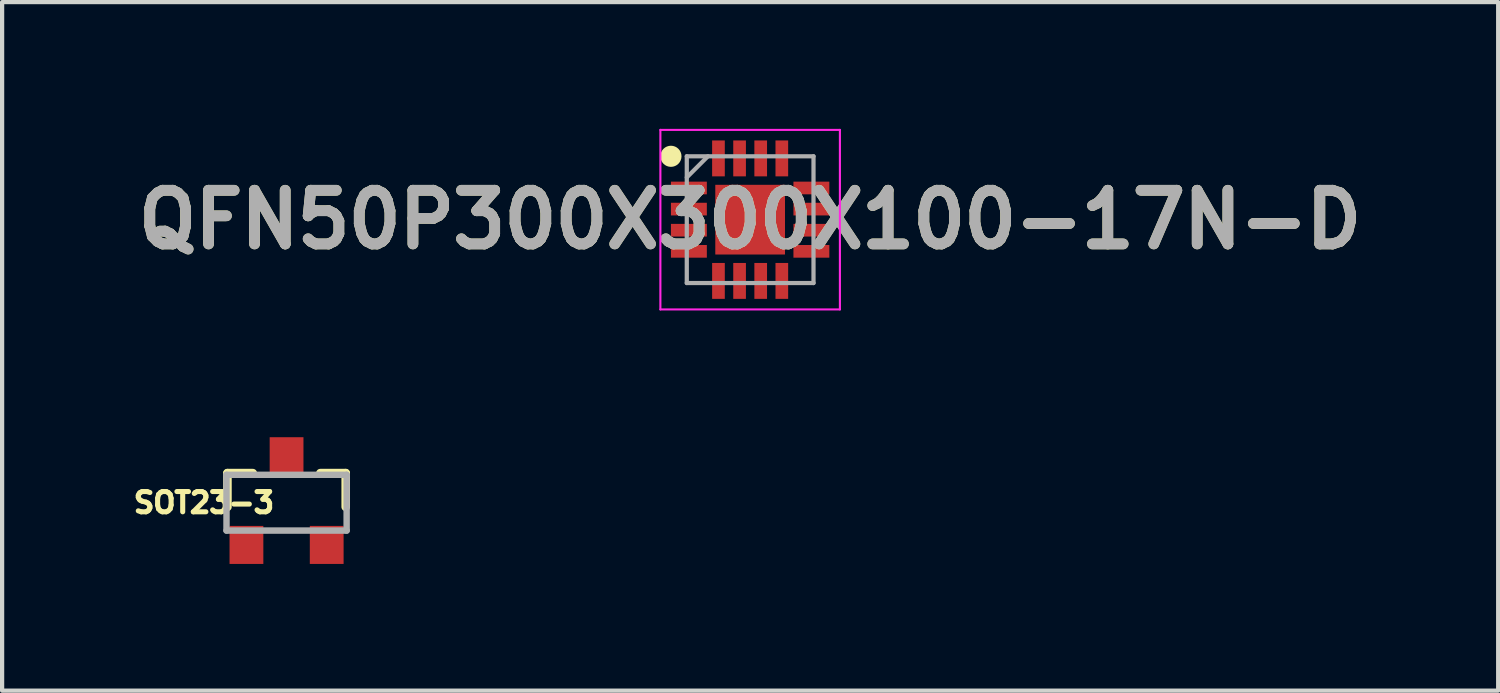
<source format=kicad_pcb>
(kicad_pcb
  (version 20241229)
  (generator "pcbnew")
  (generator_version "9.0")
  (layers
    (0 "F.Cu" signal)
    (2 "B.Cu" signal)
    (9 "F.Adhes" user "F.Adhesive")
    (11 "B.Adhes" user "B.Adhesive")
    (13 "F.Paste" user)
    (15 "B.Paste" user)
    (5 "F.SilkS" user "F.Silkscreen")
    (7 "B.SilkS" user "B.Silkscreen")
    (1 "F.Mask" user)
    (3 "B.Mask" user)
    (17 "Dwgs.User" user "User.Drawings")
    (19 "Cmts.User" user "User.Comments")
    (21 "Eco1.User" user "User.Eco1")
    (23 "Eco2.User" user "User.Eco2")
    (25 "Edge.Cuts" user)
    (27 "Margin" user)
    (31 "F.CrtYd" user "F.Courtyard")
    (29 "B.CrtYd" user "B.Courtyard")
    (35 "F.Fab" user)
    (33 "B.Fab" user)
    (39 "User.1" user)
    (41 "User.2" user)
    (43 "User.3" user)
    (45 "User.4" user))
  (footprint "SOT23-3"
    (layer "F.Cu")
    (at 3.734 8.85)
    (property "Reference" "SOT23-3" (at -1.956 0 180) (layer "F.SilkS") (effects (font (size 0.48 0.48) (thickness 0.15))))
    (attr smd)
    (fp_line (start -1.4 -0.7) (end -1.4 0.1) (stroke (width 0.203) (type solid)) (layer "F.SilkS"))
    (fp_line (start -0.8 -0.7) (end -1.4 -0.7) (stroke (width 0.203) (type solid)) (layer "F.SilkS"))
    (fp_line (start 0.8 -0.7) (end 1.4 -0.7) (stroke (width 0.203) (type solid)) (layer "F.SilkS"))
    (fp_line (start 1.4 -0.7) (end 1.4 0.1) (stroke (width 0.203) (type solid)) (layer "F.SilkS"))
    (fp_line (start -1.422 -0.66) (end 1.422 -0.66) (stroke (width 0.152) (type solid)) (layer "F.Fab"))
    (fp_line (start -1.422 0.66) (end -1.422 -0.66) (stroke (width 0.152) (type solid)) (layer "F.Fab"))
    (fp_line (start 1.422 -0.66) (end 1.422 0.66) (stroke (width 0.152) (type solid)) (layer "F.Fab"))
    (fp_line (start 1.422 0.66) (end -1.422 0.66) (stroke (width 0.152) (type solid)) (layer "F.Fab"))
    (pad "1" smd rect (at -0.95 1) (size 0.8 0.9) (layers "F.Cu" "F.Mask" "F.Paste"))
    (pad "2" smd rect (at 0.95 1) (size 0.8 0.9) (layers "F.Cu" "F.Mask" "F.Paste"))
    (pad "3" smd rect (at 0 -1.1) (size 0.8 0.9) (layers "F.Cu" "F.Mask" "F.Paste")))
  (footprint "QFN50P300X300X100-17N-D"
    (layer "F.Cu")
    (at 14.708 2.15)
    (property "Reference" "QFN50P300X300X100-17N-D" (at 0 0 0) (layer "F.SilkS") (effects (font (size 1.27 1.27) (thickness 0.254))))
    (attr smd)
    (fp_circle (center -1.875 -1.5) (end -1.875 -1.375) (stroke (width 0.25) (type solid)) (fill no) (layer "F.SilkS"))
    (fp_line (start -2.125 -2.125) (end 2.125 -2.125) (stroke (width 0.05) (type solid)) (layer "F.CrtYd"))
    (fp_line (start -2.125 2.125) (end -2.125 -2.125) (stroke (width 0.05) (type solid)) (layer "F.CrtYd"))
    (fp_line (start 2.125 -2.125) (end 2.125 2.125) (stroke (width 0.05) (type solid)) (layer "F.CrtYd"))
    (fp_line (start 2.125 2.125) (end -2.125 2.125) (stroke (width 0.05) (type solid)) (layer "F.CrtYd"))
    (fp_line (start -1.5 -1.5) (end 1.5 -1.5) (stroke (width 0.1) (type solid)) (layer "F.Fab"))
    (fp_line (start -1.5 -1) (end -1 -1.5) (stroke (width 0.1) (type solid)) (layer "F.Fab"))
    (fp_line (start -1.5 1.5) (end -1.5 -1.5) (stroke (width 0.1) (type solid)) (layer "F.Fab"))
    (fp_line (start 1.5 -1.5) (end 1.5 1.5) (stroke (width 0.1) (type solid)) (layer "F.Fab"))
    (fp_line (start 1.5 1.5) (end -1.5 1.5) (stroke (width 0.1) (type solid)) (layer "F.Fab"))
    (fp_text user "${REFERENCE}" (at 0 0 0) (layer "F.Fab") (effects (font (size 1.27 1.27) (thickness 0.254))))
    (pad "1" smd rect (at -1.45 -0.75 90) (size 0.3 0.85) (layers "F.Cu" "F.Mask" "F.Paste"))
    (pad "2" smd rect (at -1.45 -0.25 90) (size 0.3 0.85) (layers "F.Cu" "F.Mask" "F.Paste"))
    (pad "3" smd rect (at -1.45 0.25 90) (size 0.3 0.85) (layers "F.Cu" "F.Mask" "F.Paste"))
    (pad "4" smd rect (at -1.45 0.75 90) (size 0.3 0.85) (layers "F.Cu" "F.Mask" "F.Paste"))
    (pad "5" smd rect (at -0.75 1.45) (size 0.3 0.85) (layers "F.Cu" "F.Mask" "F.Paste"))
    (pad "6" smd rect (at -0.25 1.45) (size 0.3 0.85) (layers "F.Cu" "F.Mask" "F.Paste"))
    (pad "7" smd rect (at 0.25 1.45) (size 0.3 0.85) (layers "F.Cu" "F.Mask" "F.Paste"))
    (pad "8" smd rect (at 0.75 1.45) (size 0.3 0.85) (layers "F.Cu" "F.Mask" "F.Paste"))
    (pad "9" smd rect (at 1.45 0.75 90) (size 0.3 0.85) (layers "F.Cu" "F.Mask" "F.Paste"))
    (pad "10" smd rect (at 1.45 0.25 90) (size 0.3 0.85) (layers "F.Cu" "F.Mask" "F.Paste"))
    (pad "11" smd rect (at 1.45 -0.25 90) (size 0.3 0.85) (layers "F.Cu" "F.Mask" "F.Paste"))
    (pad "12" smd rect (at 1.45 -0.75 90) (size 0.3 0.85) (layers "F.Cu" "F.Mask" "F.Paste"))
    (pad "13" smd rect (at 0.75 -1.45) (size 0.3 0.85) (layers "F.Cu" "F.Mask" "F.Paste"))
    (pad "14" smd rect (at 0.25 -1.45) (size 0.3 0.85) (layers "F.Cu" "F.Mask" "F.Paste"))
    (pad "15" smd rect (at -0.25 -1.45) (size 0.3 0.85) (layers "F.Cu" "F.Mask" "F.Paste"))
    (pad "16" smd rect (at -0.75 -1.45) (size 0.3 0.85) (layers "F.Cu" "F.Mask" "F.Paste"))
    (pad "17" smd rect (at 0 0) (size 1.65 1.65) (layers "F.Cu" "F.Mask" "F.Paste")))
  (gr_rect
    (start -3 -3)
    (end 32.416 13.3)
    (stroke (width 0.1) (type default))
    (fill no)
    (layer "Edge.Cuts")))
</source>
